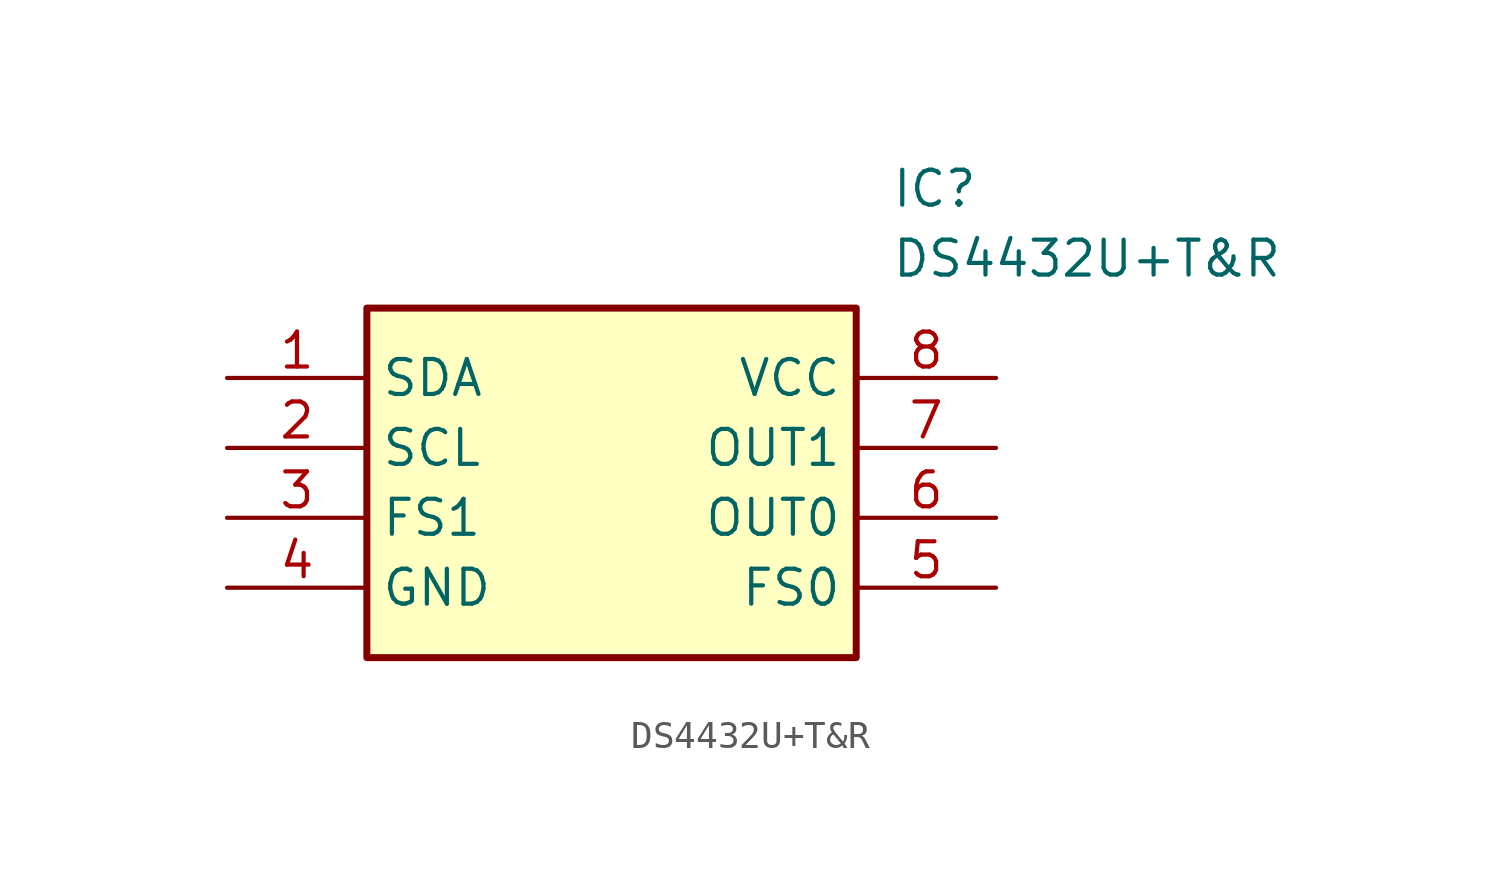
<source format=kicad_sym>
(kicad_symbol_lib
  (version 20211014)
  (generator SamacSys_ECAD_Model)
  (symbol "DS4432U+T&R"
    (property "Reference" "IC"
      (at 24.13 7.62 0)
      (effects (font (size 1.27 1.27)) (justify left top)))
    (property "Value" "DS4432U+T&R"
      (at 24.13 5.08 0)
      (effects (font (size 1.27 1.27)) (justify left top)))
    (rectangle
      (start 5.08 2.54)
      (end 22.86 -10.16)
      (stroke (width 0.254) (type default))
      (fill (type background)))
    (pin passive line
      (at 0 0 0)
      (length 5.08)
      (name "SDA" (effects (font (size 1.27 1.27))))
      (number "1" (effects (font (size 1.27 1.27)))))
    (pin passive line
      (at 0 -2.54 0)
      (length 5.08)
      (name "SCL" (effects (font (size 1.27 1.27))))
      (number "2" (effects (font (size 1.27 1.27)))))
    (pin passive line
      (at 0 -5.08 0)
      (length 5.08)
      (name "FS1" (effects (font (size 1.27 1.27))))
      (number "3" (effects (font (size 1.27 1.27)))))
    (pin passive line
      (at 0 -7.62 0)
      (length 5.08)
      (name "GND" (effects (font (size 1.27 1.27))))
      (number "4" (effects (font (size 1.27 1.27)))))
    (pin passive line
      (at 27.94 0 180)
      (length 5.08)
      (name "VCC" (effects (font (size 1.27 1.27))))
      (number "8" (effects (font (size 1.27 1.27)))))
    (pin passive line
      (at 27.94 -2.54 180)
      (length 5.08)
      (name "OUT1" (effects (font (size 1.27 1.27))))
      (number "7" (effects (font (size 1.27 1.27)))))
    (pin passive line
      (at 27.94 -5.08 180)
      (length 5.08)
      (name "OUT0" (effects (font (size 1.27 1.27))))
      (number "6" (effects (font (size 1.27 1.27)))))
    (pin passive line
      (at 27.94 -7.62 180)
      (length 5.08)
      (name "FS0" (effects (font (size 1.27 1.27))))
      (number "5" (effects (font (size 1.27 1.27)))))))
</source>
